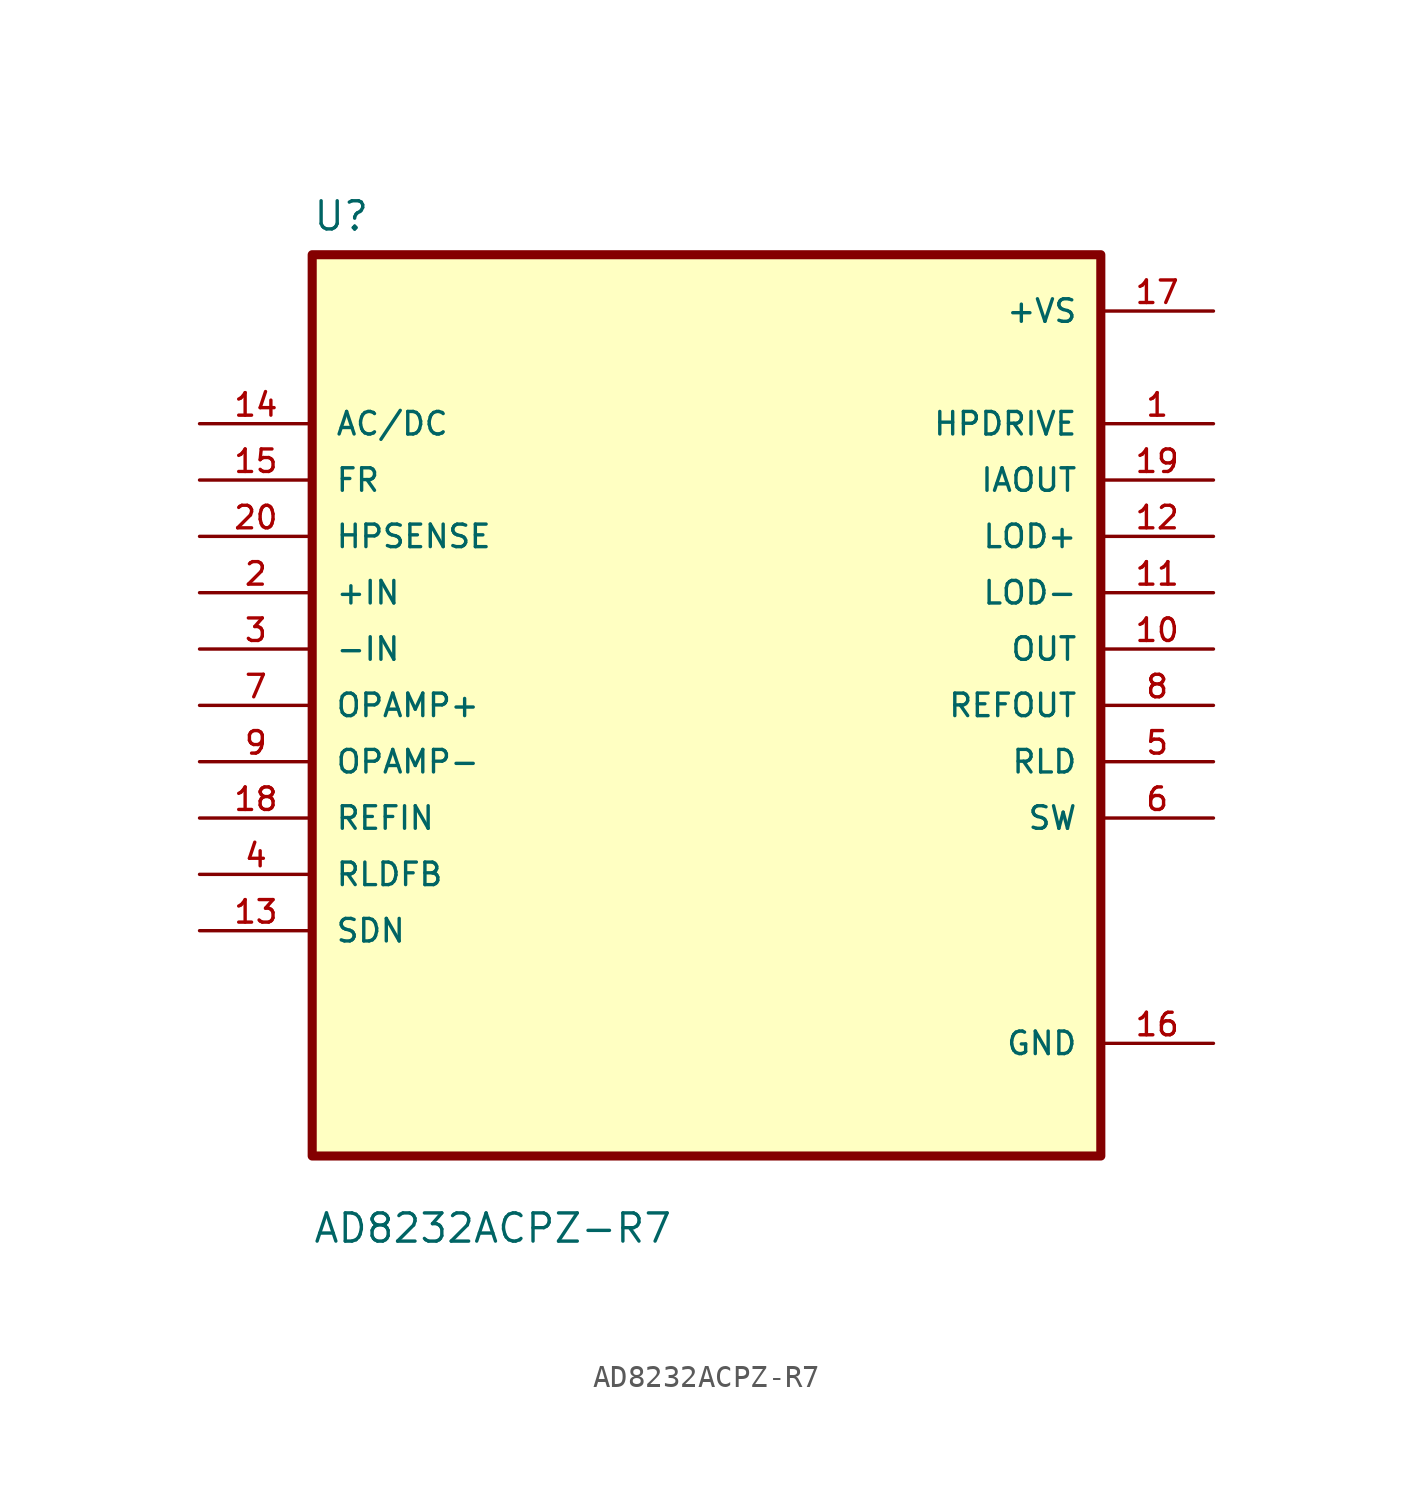
<source format=kicad_sym>
(kicad_symbol_lib
  (version 20231120)
  (generator "kicad_symbol_editor")
  (generator_version "8.0")
  (symbol "AD8232ACPZ-R7"
    (pin_names
      (offset 1.016))
    (property "Reference" "U"
      (at -17.78 21.32 0)
      (effects (font (size 1.27 1.27)) (justify left bottom)))
    (property "Value" "AD8232ACPZ-R7"
      (at -17.78 -24.32 0)
      (effects (font (size 1.27 1.27)) (justify left bottom)))
    (symbol "AD8232ACPZ-R7_0_0"
      (rectangle (start -17.78 -20.32) (end 17.78 20.32) (stroke (width 0.41) (type default)) (fill (type background)))
      (pin output line (at 22.86 12.7 180) (length 5.08) (name "HPDRIVE" (effects (font (size 1.016 1.016)))) (number "1" (effects (font (size 1.016 1.016)))))
      (pin output line (at 22.86 2.54 180) (length 5.08) (name "OUT" (effects (font (size 1.016 1.016)))) (number "10" (effects (font (size 1.016 1.016)))))
      (pin output line (at 22.86 5.08 180) (length 5.08) (name "LOD-" (effects (font (size 1.016 1.016)))) (number "11" (effects (font (size 1.016 1.016)))))
      (pin output line (at 22.86 7.62 180) (length 5.08) (name "LOD+" (effects (font (size 1.016 1.016)))) (number "12" (effects (font (size 1.016 1.016)))))
      (pin input line (at -22.86 -10.16 0) (length 5.08) (name "SDN" (effects (font (size 1.016 1.016)))) (number "13" (effects (font (size 1.016 1.016)))))
      (pin input line (at -22.86 12.7 0) (length 5.08) (name "AC/DC" (effects (font (size 1.016 1.016)))) (number "14" (effects (font (size 1.016 1.016)))))
      (pin input line (at -22.86 10.16 0) (length 5.08) (name "FR" (effects (font (size 1.016 1.016)))) (number "15" (effects (font (size 1.016 1.016)))))
      (pin power_in line (at 22.86 -15.24 180) (length 5.08) (name "GND" (effects (font (size 1.016 1.016)))) (number "16" (effects (font (size 1.016 1.016)))))
      (pin power_in line (at 22.86 17.78 180) (length 5.08) (name "+VS" (effects (font (size 1.016 1.016)))) (number "17" (effects (font (size 1.016 1.016)))))
      (pin input line (at -22.86 -5.08 0) (length 5.08) (name "REFIN" (effects (font (size 1.016 1.016)))) (number "18" (effects (font (size 1.016 1.016)))))
      (pin output line (at 22.86 10.16 180) (length 5.08) (name "IAOUT" (effects (font (size 1.016 1.016)))) (number "19" (effects (font (size 1.016 1.016)))))
      (pin input line (at -22.86 5.08 0) (length 5.08) (name "+IN" (effects (font (size 1.016 1.016)))) (number "2" (effects (font (size 1.016 1.016)))))
      (pin input line (at -22.86 7.62 0) (length 5.08) (name "HPSENSE" (effects (font (size 1.016 1.016)))) (number "20" (effects (font (size 1.016 1.016)))))
      (pin input line (at -22.86 2.54 0) (length 5.08) (name "-IN" (effects (font (size 1.016 1.016)))) (number "3" (effects (font (size 1.016 1.016)))))
      (pin input line (at -22.86 -7.62 0) (length 5.08) (name "RLDFB" (effects (font (size 1.016 1.016)))) (number "4" (effects (font (size 1.016 1.016)))))
      (pin output line (at 22.86 -2.54 180) (length 5.08) (name "RLD" (effects (font (size 1.016 1.016)))) (number "5" (effects (font (size 1.016 1.016)))))
      (pin output line (at 22.86 -5.08 180) (length 5.08) (name "SW" (effects (font (size 1.016 1.016)))) (number "6" (effects (font (size 1.016 1.016)))))
      (pin input line (at -22.86 0 0) (length 5.08) (name "OPAMP+" (effects (font (size 1.016 1.016)))) (number "7" (effects (font (size 1.016 1.016)))))
      (pin output line (at 22.86 0 180) (length 5.08) (name "REFOUT" (effects (font (size 1.016 1.016)))) (number "8" (effects (font (size 1.016 1.016)))))
      (pin input line (at -22.86 -2.54 0) (length 5.08) (name "OPAMP-" (effects (font (size 1.016 1.016)))) (number "9" (effects (font (size 1.016 1.016))))))))
</source>
